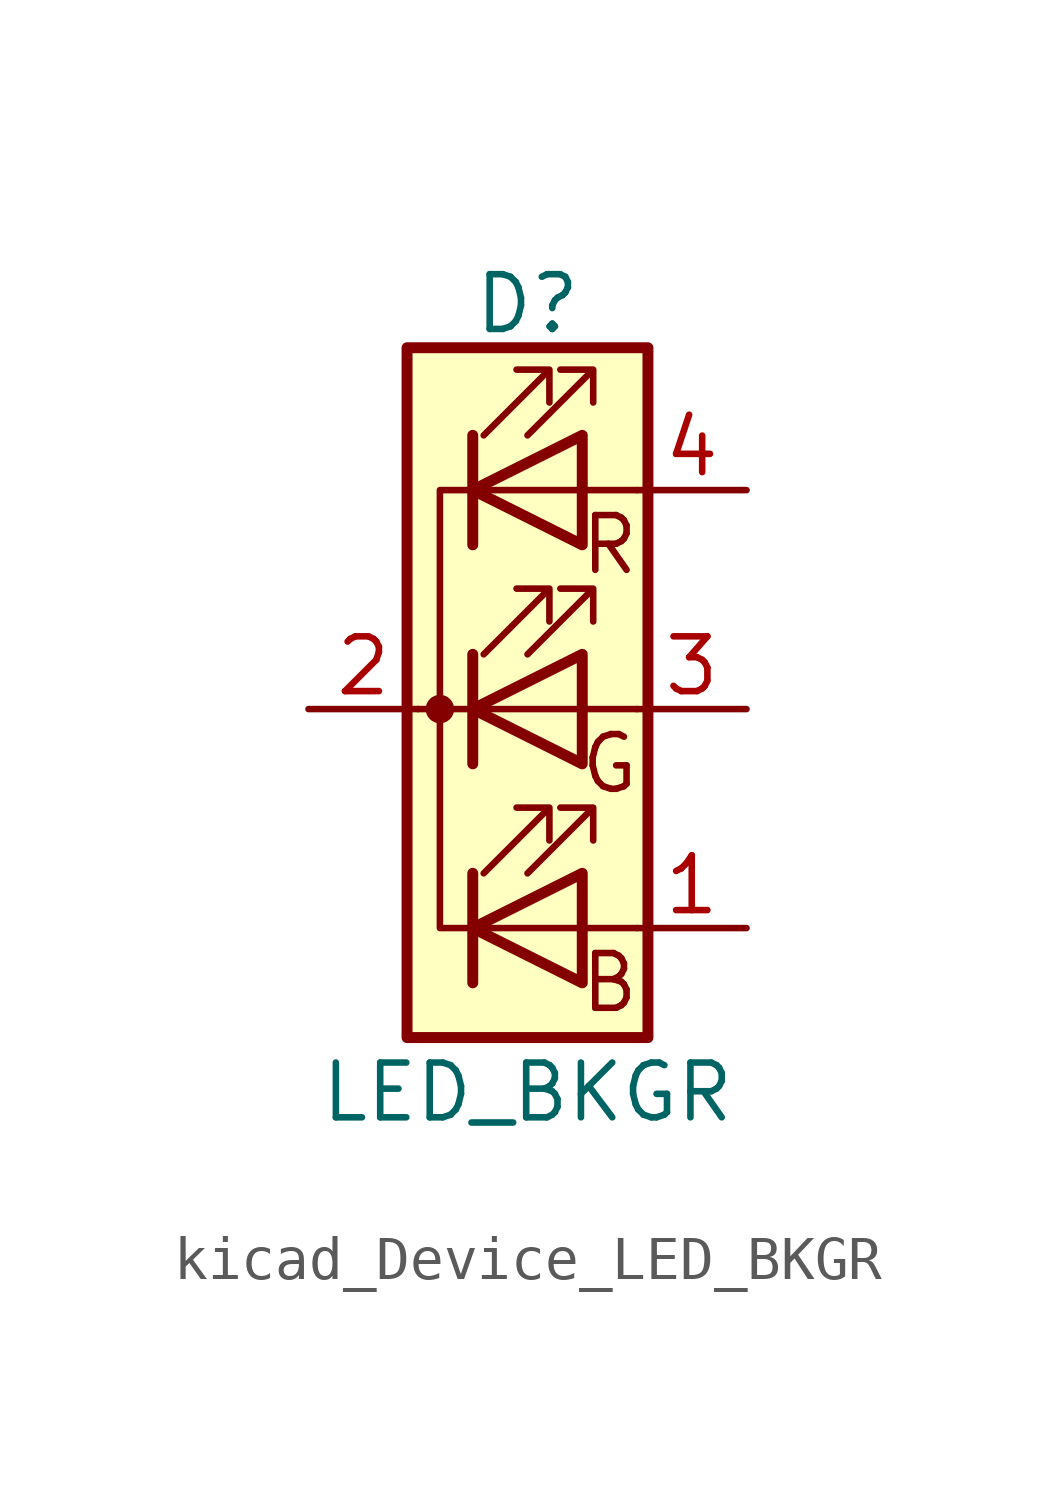
<source format=kicad_sym>
(kicad_symbol_lib
  (version 20220914)
  (generator kicad_symbol_editor)
  (symbol "kicad_Device_LED_BKGR"
    (pin_names
      (offset 0) hide)
    (property "Reference" "D"
      (at 0 9.398 0)
      (effects (font (size 1.27 1.27))))
    (property "Value" "LED_BKGR"
      (at 0 -8.89 0)
      (effects (font (size 1.27 1.27))))
    (symbol "kicad_Device_LED_BKGR_0_0"
      (text "B" (at 1.905 -6.35 0) (effects (font (size 1.27 1.27))))
      (text "G" (at 1.905 -1.27 0) (effects (font (size 1.27 1.27))))
      (text "R" (at 1.905 3.81 0) (effects (font (size 1.27 1.27)))))
    (symbol "kicad_Device_LED_BKGR_0_1"
      (circle (center -2.032 0) (radius 0.254) (stroke (width 0) (type default)) (fill (type outline)))
      (polyline (pts (xy -1.27 -5.08) (xy 1.27 -5.08)) (stroke (width 0) (type default)) (fill (type none)))
      (polyline (pts (xy -1.27 -3.81) (xy -1.27 -6.35)) (stroke (width 0.254) (type default)) (fill (type none)))
      (polyline (pts (xy -1.27 0) (xy -2.54 0)) (stroke (width 0) (type default)) (fill (type none)))
      (polyline (pts (xy -1.27 1.27) (xy -1.27 -1.27)) (stroke (width 0.254) (type default)) (fill (type none)))
      (polyline (pts (xy -1.27 5.08) (xy 1.27 5.08)) (stroke (width 0) (type default)) (fill (type none)))
      (polyline (pts (xy -1.27 6.35) (xy -1.27 3.81)) (stroke (width 0.254) (type default)) (fill (type none)))
      (polyline (pts (xy 1.27 -5.08) (xy 2.54 -5.08)) (stroke (width 0) (type default)) (fill (type none)))
      (polyline (pts (xy 1.27 0) (xy -1.27 0)) (stroke (width 0) (type default)) (fill (type none)))
      (polyline (pts (xy 1.27 0) (xy 2.54 0)) (stroke (width 0) (type default)) (fill (type none)))
      (polyline (pts (xy 1.27 5.08) (xy 2.54 5.08)) (stroke (width 0) (type default)) (fill (type none)))
      (polyline (pts (xy -1.27 1.27) (xy -1.27 -1.27) (xy -1.27 -1.27)) (stroke (width 0) (type default)) (fill (type none)))
      (polyline (pts (xy -1.27 6.35) (xy -1.27 3.81) (xy -1.27 3.81)) (stroke (width 0) (type default)) (fill (type none)))
      (polyline (pts (xy -1.27 5.08) (xy -2.032 5.08) (xy -2.032 -5.08) (xy -1.016 -5.08)) (stroke (width 0) (type default)) (fill (type none)))
      (polyline (pts (xy 1.27 -3.81) (xy 1.27 -6.35) (xy -1.27 -5.08) (xy 1.27 -3.81)) (stroke (width 0.254) (type default)) (fill (type none)))
      (polyline (pts (xy 1.27 1.27) (xy 1.27 -1.27) (xy -1.27 0) (xy 1.27 1.27)) (stroke (width 0.254) (type default)) (fill (type none)))
      (polyline (pts (xy 1.27 6.35) (xy 1.27 3.81) (xy -1.27 5.08) (xy 1.27 6.35)) (stroke (width 0.254) (type default)) (fill (type none)))
      (polyline (pts (xy -1.016 -3.81) (xy 0.508 -2.286) (xy -0.254 -2.286) (xy 0.508 -2.286) (xy 0.508 -3.048)) (stroke (width 0) (type default)) (fill (type none)))
      (polyline (pts (xy -1.016 1.27) (xy 0.508 2.794) (xy -0.254 2.794) (xy 0.508 2.794) (xy 0.508 2.032)) (stroke (width 0) (type default)) (fill (type none)))
      (polyline (pts (xy -1.016 6.35) (xy 0.508 7.874) (xy -0.254 7.874) (xy 0.508 7.874) (xy 0.508 7.112)) (stroke (width 0) (type default)) (fill (type none)))
      (polyline (pts (xy 0 -3.81) (xy 1.524 -2.286) (xy 0.762 -2.286) (xy 1.524 -2.286) (xy 1.524 -3.048)) (stroke (width 0) (type default)) (fill (type none)))
      (polyline (pts (xy 0 1.27) (xy 1.524 2.794) (xy 0.762 2.794) (xy 1.524 2.794) (xy 1.524 2.032)) (stroke (width 0) (type default)) (fill (type none)))
      (polyline (pts (xy 0 6.35) (xy 1.524 7.874) (xy 0.762 7.874) (xy 1.524 7.874) (xy 1.524 7.112)) (stroke (width 0) (type default)) (fill (type none)))
      (rectangle (start 1.27 -1.27) (end 1.27 1.27) (stroke (width 0) (type default)) (fill (type none)))
      (rectangle (start 1.27 1.27) (end 1.27 1.27) (stroke (width 0) (type default)) (fill (type none)))
      (rectangle (start 1.27 3.81) (end 1.27 6.35) (stroke (width 0) (type default)) (fill (type none)))
      (rectangle (start 1.27 6.35) (end 1.27 6.35) (stroke (width 0) (type default)) (fill (type none)))
      (rectangle (start 2.794 8.382) (end -2.794 -7.62) (stroke (width 0.254) (type default)) (fill (type background))))
    (symbol "kicad_Device_LED_BKGR_1_1"
      (pin passive line (at 5.08 -5.08 180) (length 2.54) (name "BA" (effects (font (size 1.27 1.27)))) (number "1" (effects (font (size 1.27 1.27)))))
      (pin passive line (at -5.08 0 0) (length 2.54) (name "K" (effects (font (size 1.27 1.27)))) (number "2" (effects (font (size 1.27 1.27)))))
      (pin passive line (at 5.08 0 180) (length 2.54) (name "GA" (effects (font (size 1.27 1.27)))) (number "3" (effects (font (size 1.27 1.27)))))
      (pin passive line (at 5.08 5.08 180) (length 2.54) (name "RA" (effects (font (size 1.27 1.27)))) (number "4" (effects (font (size 1.27 1.27))))))))
</source>
